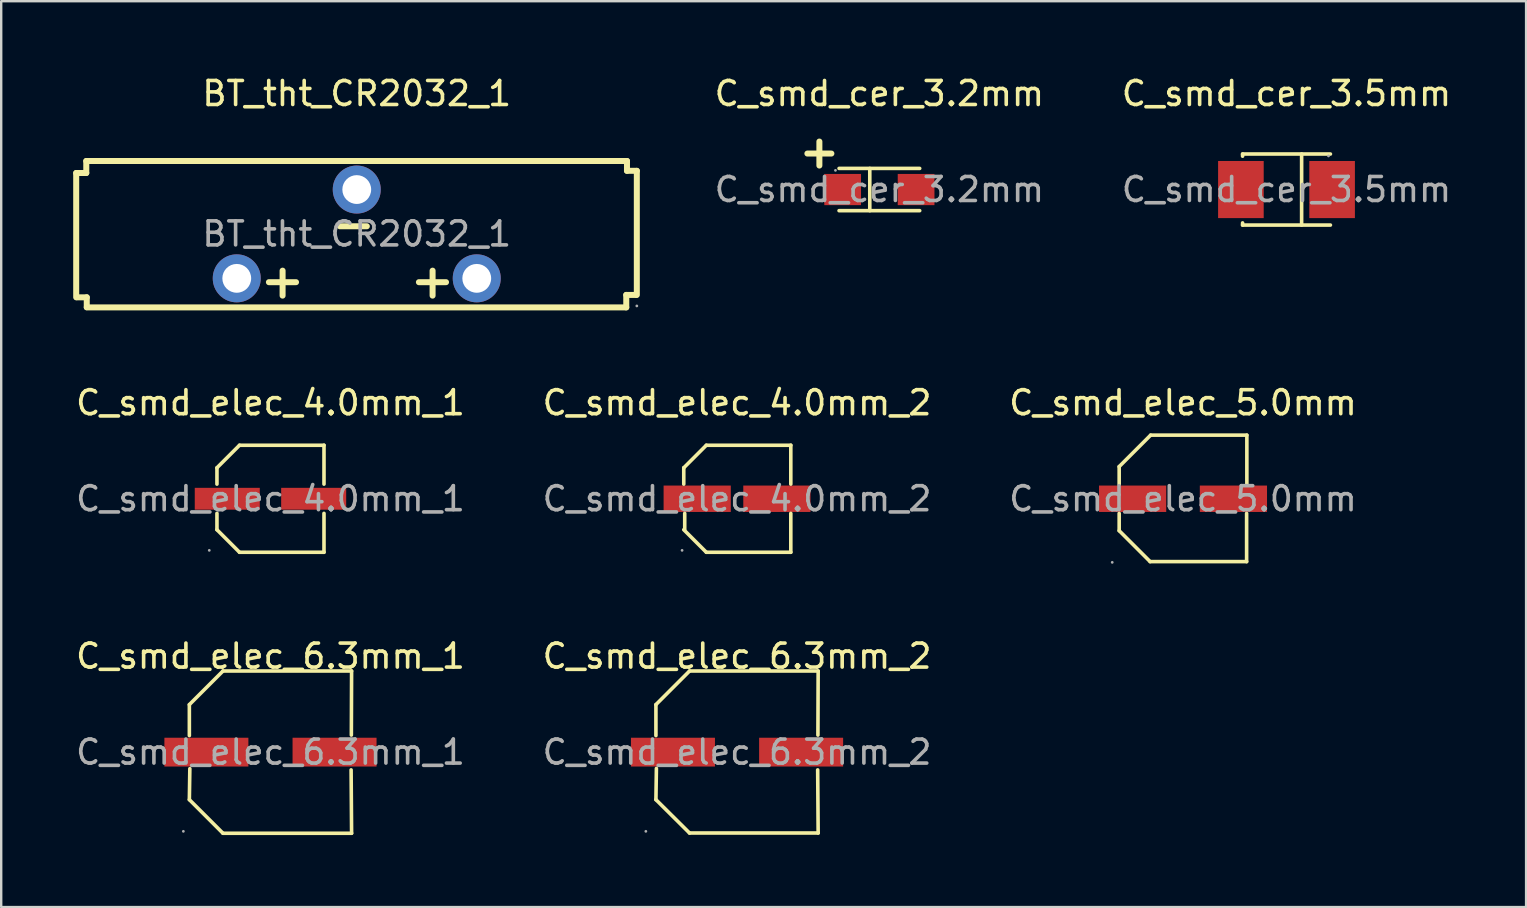
<source format=kicad_pcb>
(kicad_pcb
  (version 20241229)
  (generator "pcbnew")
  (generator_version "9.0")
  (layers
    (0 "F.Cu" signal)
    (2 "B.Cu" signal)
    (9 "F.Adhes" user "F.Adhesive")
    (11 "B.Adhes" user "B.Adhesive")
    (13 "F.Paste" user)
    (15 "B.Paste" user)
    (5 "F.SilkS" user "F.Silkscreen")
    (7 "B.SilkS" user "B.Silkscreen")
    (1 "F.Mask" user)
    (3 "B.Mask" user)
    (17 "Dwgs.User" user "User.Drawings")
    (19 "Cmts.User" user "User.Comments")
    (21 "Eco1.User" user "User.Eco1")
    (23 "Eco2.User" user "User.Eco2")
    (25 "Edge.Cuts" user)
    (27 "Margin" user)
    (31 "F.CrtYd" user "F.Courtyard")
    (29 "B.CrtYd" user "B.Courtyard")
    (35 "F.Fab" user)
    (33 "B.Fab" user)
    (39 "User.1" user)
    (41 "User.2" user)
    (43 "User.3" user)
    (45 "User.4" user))
  (footprint "C_smd_elec_4.0mm_1"
    (layer "F.Cu")
    (at 8.22 17.732)
    (property "Reference" "C_smd_elec_4.0mm_1" (at 0 -4 0) (layer "F.SilkS") (effects (font (size 1 1) (thickness 0.15))))
    (attr smd)
    (fp_line (start -2.23 -1.29) (end -1.29 -2.23) (stroke (width 0.15) (type solid)) (layer "F.SilkS"))
    (fp_line (start -2.23 -0.61) (end -2.23 -1.29) (stroke (width 0.15) (type solid)) (layer "F.SilkS"))
    (fp_line (start -2.23 0.61) (end -2.23 1.29) (stroke (width 0.15) (type solid)) (layer "F.SilkS"))
    (fp_line (start -2.23 1.29) (end -1.29 2.23) (stroke (width 0.15) (type solid)) (layer "F.SilkS"))
    (fp_line (start -1.29 -2.23) (end 2.23 -2.23) (stroke (width 0.15) (type solid)) (layer "F.SilkS"))
    (fp_line (start -1.29 2.23) (end 2.23 2.23) (stroke (width 0.15) (type solid)) (layer "F.SilkS"))
    (fp_line (start 2.23 -2.23) (end 2.23 -0.61) (stroke (width 0.15) (type solid)) (layer "F.SilkS"))
    (fp_line (start 2.23 2.23) (end 2.23 0.61) (stroke (width 0.15) (type solid)) (layer "F.SilkS"))
    (fp_circle (center -2.55 2.15) (end -2.52 2.15) (stroke (width 0.06) (type solid)) (fill no) (layer "F.Fab"))
    (fp_text user "${REFERENCE}" (at 0 0 0) (layer "F.Fab") (effects (font (size 1 1) (thickness 0.15))))
    (pad "1" smd rect (at -1.8 0) (size 2.71 0.91) (layers "F.Cu" "F.Mask" "F.Paste"))
    (pad "2" smd rect (at 1.8 0) (size 2.71 0.91) (layers "F.Cu" "F.Mask" "F.Paste")))
  (footprint "C_smd_cer_3.2mm"
    (layer "F.Cu")
    (at 33.592 4.848)
    (property "Reference" "C_smd_cer_3.2mm" (at 0 -4 0) (layer "F.SilkS") (effects (font (size 1 1) (thickness 0.15))))
    (attr smd)
    (fp_line (start -3 -1.5) (end -2 -1.5) (stroke (width 0.25) (type solid)) (layer "F.SilkS"))
    (fp_line (start -2.5 -2) (end -2.5 -1) (stroke (width 0.25) (type solid)) (layer "F.SilkS"))
    (fp_line (start -0.4 0.88) (end -0.4 -0.88) (stroke (width 0.15) (type solid)) (layer "F.SilkS"))
    (fp_line (start 1.68 -0.88) (end -1.68 -0.88) (stroke (width 0.15) (type solid)) (layer "F.SilkS"))
    (fp_line (start 1.68 0.88) (end -1.68 0.88) (stroke (width 0.15) (type solid)) (layer "F.SilkS"))
    (fp_circle (center -1.83 -0.8) (end -1.8 -0.8) (stroke (width 0.06) (type solid)) (fill no) (layer "F.Fab"))
    (fp_text user "${REFERENCE}" (at 0 0 0) (layer "F.Fab") (effects (font (size 1 1) (thickness 0.15))))
    (pad "1" smd rect (at -1.53 0 180) (size 1.53 1.3) (layers "F.Cu" "F.Mask" "F.Paste"))
    (pad "2" smd rect (at 1.53 0 180) (size 1.53 1.3) (layers "F.Cu" "F.Mask" "F.Paste")))
  (footprint "C_smd_elec_5.0mm"
    (layer "F.Cu")
    (at 46.244 17.732)
    (property "Reference" "C_smd_elec_5.0mm" (at 0 -4 0) (layer "F.SilkS") (effects (font (size 1 1) (thickness 0.15))))
    (attr smd)
    (fp_line (start -2.66 -1.34) (end -2.66 -0.61) (stroke (width 0.15) (type solid)) (layer "F.SilkS"))
    (fp_line (start -2.66 1.33) (end -2.66 0.61) (stroke (width 0.15) (type solid)) (layer "F.SilkS"))
    (fp_line (start -1.37 2.62) (end -2.66 1.33) (stroke (width 0.15) (type solid)) (layer "F.SilkS"))
    (fp_line (start -1.35 -2.65) (end -2.66 -1.34) (stroke (width 0.15) (type solid)) (layer "F.SilkS"))
    (fp_line (start 2.65 0.61) (end 2.65 2.62) (stroke (width 0.15) (type solid)) (layer "F.SilkS"))
    (fp_line (start 2.65 2.62) (end -1.37 2.62) (stroke (width 0.15) (type solid)) (layer "F.SilkS"))
    (fp_line (start 2.66 -2.65) (end -1.35 -2.65) (stroke (width 0.15) (type solid)) (layer "F.SilkS"))
    (fp_line (start 2.66 -0.61) (end 2.66 -2.65) (stroke (width 0.15) (type solid)) (layer "F.SilkS"))
    (fp_circle (center -2.95 2.65) (end -2.92 2.65) (stroke (width 0.06) (type solid)) (fill no) (layer "F.Fab"))
    (fp_text user "${REFERENCE}" (at 0 0 0) (layer "F.Fab") (effects (font (size 1 1) (thickness 0.15))))
    (pad "1" smd rect (at -2.1 0) (size 2.8 1.1) (layers "F.Cu" "F.Mask" "F.Paste"))
    (pad "2" smd rect (at 2.1 0) (size 2.8 1.1) (layers "F.Cu" "F.Mask" "F.Paste")))
  (footprint "C_smd_cer_3.5mm"
    (layer "F.Cu")
    (at 50.556 4.848)
    (property "Reference" "C_smd_cer_3.5mm" (at 0 -4 0) (layer "F.SilkS") (effects (font (size 1 1) (thickness 0.15))))
    (attr smd)
    (fp_line (start -1.83 -1.48) (end -1.83 -1.39) (stroke (width 0.15) (type solid)) (layer "F.SilkS"))
    (fp_line (start -1.83 -1.48) (end 1.83 -1.48) (stroke (width 0.15) (type solid)) (layer "F.SilkS"))
    (fp_line (start -1.83 1.48) (end -1.83 1.39) (stroke (width 0.15) (type solid)) (layer "F.SilkS"))
    (fp_line (start -1.83 1.48) (end 1.83 1.48) (stroke (width 0.15) (type solid)) (layer "F.SilkS"))
    (fp_line (start 0.63 -1.48) (end 0.63 1.48) (stroke (width 0.15) (type solid)) (layer "F.SilkS"))
    (fp_circle (center 1.75 -1.4) (end 1.78 -1.4) (stroke (width 0.06) (type solid)) (fill no) (layer "F.Fab"))
    (fp_text user "${REFERENCE}" (at 0 0 0) (layer "F.Fab") (effects (font (size 1 1) (thickness 0.15))))
    (pad "1" smd rect (at 1.9 0) (size 1.9 2.38) (layers "F.Cu" "F.Mask" "F.Paste"))
    (pad "2" smd rect (at -1.9 0) (size 1.9 2.38) (layers "F.Cu" "F.Mask" "F.Paste")))
  (footprint "C_smd_elec_4.0mm_2"
    (layer "F.Cu")
    (at 27.661 17.732)
    (property "Reference" "C_smd_elec_4.0mm_2" (at 0 -4 0) (layer "F.SilkS") (effects (font (size 1 1) (thickness 0.15))))
    (attr smd)
    (fp_line (start -2.22 -1.29) (end -2.22 -0.61) (stroke (width 0.15) (type solid)) (layer "F.SilkS"))
    (fp_line (start -2.18 1.29) (end -2.18 0.61) (stroke (width 0.15) (type solid)) (layer "F.SilkS"))
    (fp_line (start -1.28 -2.23) (end -2.22 -1.29) (stroke (width 0.15) (type solid)) (layer "F.SilkS"))
    (fp_line (start -1.28 2.23) (end -2.22 1.29) (stroke (width 0.15) (type solid)) (layer "F.SilkS"))
    (fp_line (start 2.24 -2.23) (end -1.28 -2.23) (stroke (width 0.15) (type solid)) (layer "F.SilkS"))
    (fp_line (start 2.24 -0.61) (end 2.24 -2.23) (stroke (width 0.15) (type solid)) (layer "F.SilkS"))
    (fp_line (start 2.24 0.61) (end 2.24 2.23) (stroke (width 0.15) (type solid)) (layer "F.SilkS"))
    (fp_line (start 2.24 2.23) (end -1.28 2.23) (stroke (width 0.15) (type solid)) (layer "F.SilkS"))
    (fp_circle (center -2.29 2.15) (end -2.26 2.15) (stroke (width 0.06) (type solid)) (fill no) (layer "F.Fab"))
    (fp_text user "${REFERENCE}" (at 0 0 0) (layer "F.Fab") (effects (font (size 1 1) (thickness 0.15))))
    (pad "1" smd rect (at -1.66 0) (size 2.8 1.1) (layers "F.Cu" "F.Mask" "F.Paste"))
    (pad "2" smd rect (at 1.66 0) (size 2.8 1.1) (layers "F.Cu" "F.Mask" "F.Paste")))
  (footprint "BT_tht_CR2032_1"
    (layer "F.Cu")
    (at 11.815 6.698)
    (property "Reference" "BT_tht_CR2032_1" (at 0 -5.85 0) (layer "F.SilkS") (effects (font (size 1 1) (thickness 0.15))))
    (attr through_hole)
    (fp_line (start -11.69 -2.54) (end -11.27 -2.54) (stroke (width 0.25) (type solid)) (layer "F.SilkS"))
    (fp_line (start -11.69 2.64) (end -11.69 -2.54) (stroke (width 0.25) (type solid)) (layer "F.SilkS"))
    (fp_line (start -11.66 2.64) (end -11.25 2.64) (stroke (width 0.25) (type solid)) (layer "F.SilkS"))
    (fp_line (start -11.27 -3.04) (end 11.26 -3.04) (stroke (width 0.25) (type solid)) (layer "F.SilkS"))
    (fp_line (start -11.27 -2.54) (end -11.27 -3.04) (stroke (width 0.25) (type solid)) (layer "F.SilkS"))
    (fp_line (start -11.25 2.64) (end -11.25 3.05) (stroke (width 0.25) (type solid)) (layer "F.SilkS"))
    (fp_line (start -11.25 3.06) (end 11.23 3.06) (stroke (width 0.25) (type solid)) (layer "F.SilkS"))
    (fp_line (start -3.66 2.01) (end -2.53 2.01) (stroke (width 0.25) (type solid)) (layer "F.SilkS"))
    (fp_line (start -3.09 2.57) (end -3.09 1.53) (stroke (width 0.25) (type solid)) (layer "F.SilkS"))
    (fp_line (start -0.7 -0.32) (end 0.42 -0.32) (stroke (width 0.25) (type solid)) (layer "F.SilkS"))
    (fp_line (start 2.59 2.01) (end 3.72 2.01) (stroke (width 0.25) (type solid)) (layer "F.SilkS"))
    (fp_line (start 3.16 2.57) (end 3.16 1.53) (stroke (width 0.25) (type solid)) (layer "F.SilkS"))
    (fp_line (start 11.23 2.54) (end 11.64 2.54) (stroke (width 0.25) (type solid)) (layer "F.SilkS"))
    (fp_line (start 11.23 3.06) (end 11.23 2.54) (stroke (width 0.25) (type solid)) (layer "F.SilkS"))
    (fp_line (start 11.26 -3.04) (end 11.26 -2.63) (stroke (width 0.25) (type solid)) (layer "F.SilkS"))
    (fp_line (start 11.26 -2.63) (end 11.67 -2.63) (stroke (width 0.25) (type solid)) (layer "F.SilkS"))
    (fp_line (start 11.67 -2.63) (end 11.67 2.54) (stroke (width 0.25) (type solid)) (layer "F.SilkS"))
    (fp_circle (center 11.67 3) (end 11.7 3) (stroke (width 0.06) (type solid)) (fill no) (layer "F.Fab"))
    (fp_text user "${REFERENCE}" (at 0 0 0) (layer "F.Fab") (effects (font (size 1 1) (thickness 0.15))))
    (pad "1" thru_hole circle (at -5 1.85 180) (size 2 2) (drill 1.2) (layers "*.Cu" "*.Mask"))
    (pad "1" thru_hole circle (at 5 1.85 180) (size 2 2) (drill 1.2) (layers "*.Cu" "*.Mask"))
    (pad "2" thru_hole circle (at 0 -1.85 180) (size 2 2) (drill 1.2) (layers "*.Cu" "*.Mask")))
  (footprint "C_smd_elec_6.3mm_1"
    (layer "F.Cu")
    (at 8.22 28.29)
    (property "Reference" "C_smd_elec_6.3mm_1" (at 0 -4 0) (layer "F.SilkS") (effects (font (size 1 1) (thickness 0.15))))
    (attr smd)
    (fp_line (start -3.38 -1.98) (end -3.38 -0.69) (stroke (width 0.15) (type solid)) (layer "F.SilkS"))
    (fp_line (start -3.38 1.98) (end -3.36 0.69) (stroke (width 0.15) (type solid)) (layer "F.SilkS"))
    (fp_line (start -1.98 -3.38) (end -3.38 -1.98) (stroke (width 0.15) (type solid)) (layer "F.SilkS"))
    (fp_line (start -1.98 3.38) (end -3.38 1.98) (stroke (width 0.15) (type solid)) (layer "F.SilkS"))
    (fp_line (start 3.36 0.74) (end 3.38 3.38) (stroke (width 0.15) (type solid)) (layer "F.SilkS"))
    (fp_line (start 3.37 -0.71) (end 3.38 -3.38) (stroke (width 0.15) (type solid)) (layer "F.SilkS"))
    (fp_line (start 3.38 -3.38) (end -1.98 -3.38) (stroke (width 0.15) (type solid)) (layer "F.SilkS"))
    (fp_line (start 3.38 3.38) (end -1.98 3.38) (stroke (width 0.15) (type solid)) (layer "F.SilkS"))
    (fp_circle (center -3.63 3.3) (end -3.6 3.3) (stroke (width 0.06) (type solid)) (fill no) (layer "F.Fab"))
    (fp_text user "${REFERENCE}" (at 0 0 0) (layer "F.Fab") (effects (font (size 1 1) (thickness 0.15))))
    (pad "1" smd rect (at -2.67 0) (size 3.5 1.2) (layers "F.Cu" "F.Mask" "F.Paste"))
    (pad "2" smd rect (at 2.67 0) (size 3.5 1.2) (layers "F.Cu" "F.Mask" "F.Paste")))
  (footprint "C_smd_elec_6.3mm_2"
    (layer "F.Cu")
    (at 27.661 28.29)
    (property "Reference" "C_smd_elec_6.3mm_2" (at 0 -4 0) (layer "F.SilkS") (effects (font (size 1 1) (thickness 0.15))))
    (attr smd)
    (fp_line (start -3.38 -1.98) (end -3.38 -0.69) (stroke (width 0.15) (type solid)) (layer "F.SilkS"))
    (fp_line (start -3.38 1.98) (end -3.36 0.68) (stroke (width 0.15) (type solid)) (layer "F.SilkS"))
    (fp_line (start -1.98 -3.38) (end -3.38 -1.98) (stroke (width 0.15) (type solid)) (layer "F.SilkS"))
    (fp_line (start -1.98 3.37) (end -3.38 1.98) (stroke (width 0.15) (type solid)) (layer "F.SilkS"))
    (fp_line (start 3.36 0.74) (end 3.38 3.37) (stroke (width 0.15) (type solid)) (layer "F.SilkS"))
    (fp_line (start 3.37 -0.71) (end 3.38 -3.38) (stroke (width 0.15) (type solid)) (layer "F.SilkS"))
    (fp_line (start 3.38 -3.38) (end -1.98 -3.38) (stroke (width 0.15) (type solid)) (layer "F.SilkS"))
    (fp_line (start 3.38 3.37) (end -1.98 3.37) (stroke (width 0.15) (type solid)) (layer "F.SilkS"))
    (fp_circle (center -3.8 3.3) (end -3.77 3.3) (stroke (width 0.06) (type solid)) (fill no) (layer "F.Fab"))
    (fp_text user "${REFERENCE}" (at 0 0 0) (layer "F.Fab") (effects (font (size 1 1) (thickness 0.15))))
    (pad "1" smd rect (at -2.67 0) (size 3.5 1.2) (layers "F.Cu" "F.Mask" "F.Paste"))
    (pad "2" smd rect (at 2.67 0) (size 3.5 1.2) (layers "F.Cu" "F.Mask" "F.Paste")))
  (gr_rect
    (start -3 -3)
    (end 60.539 34.745)
    (stroke (width 0.1) (type default))
    (fill no)
    (layer "Edge.Cuts")))
</source>
